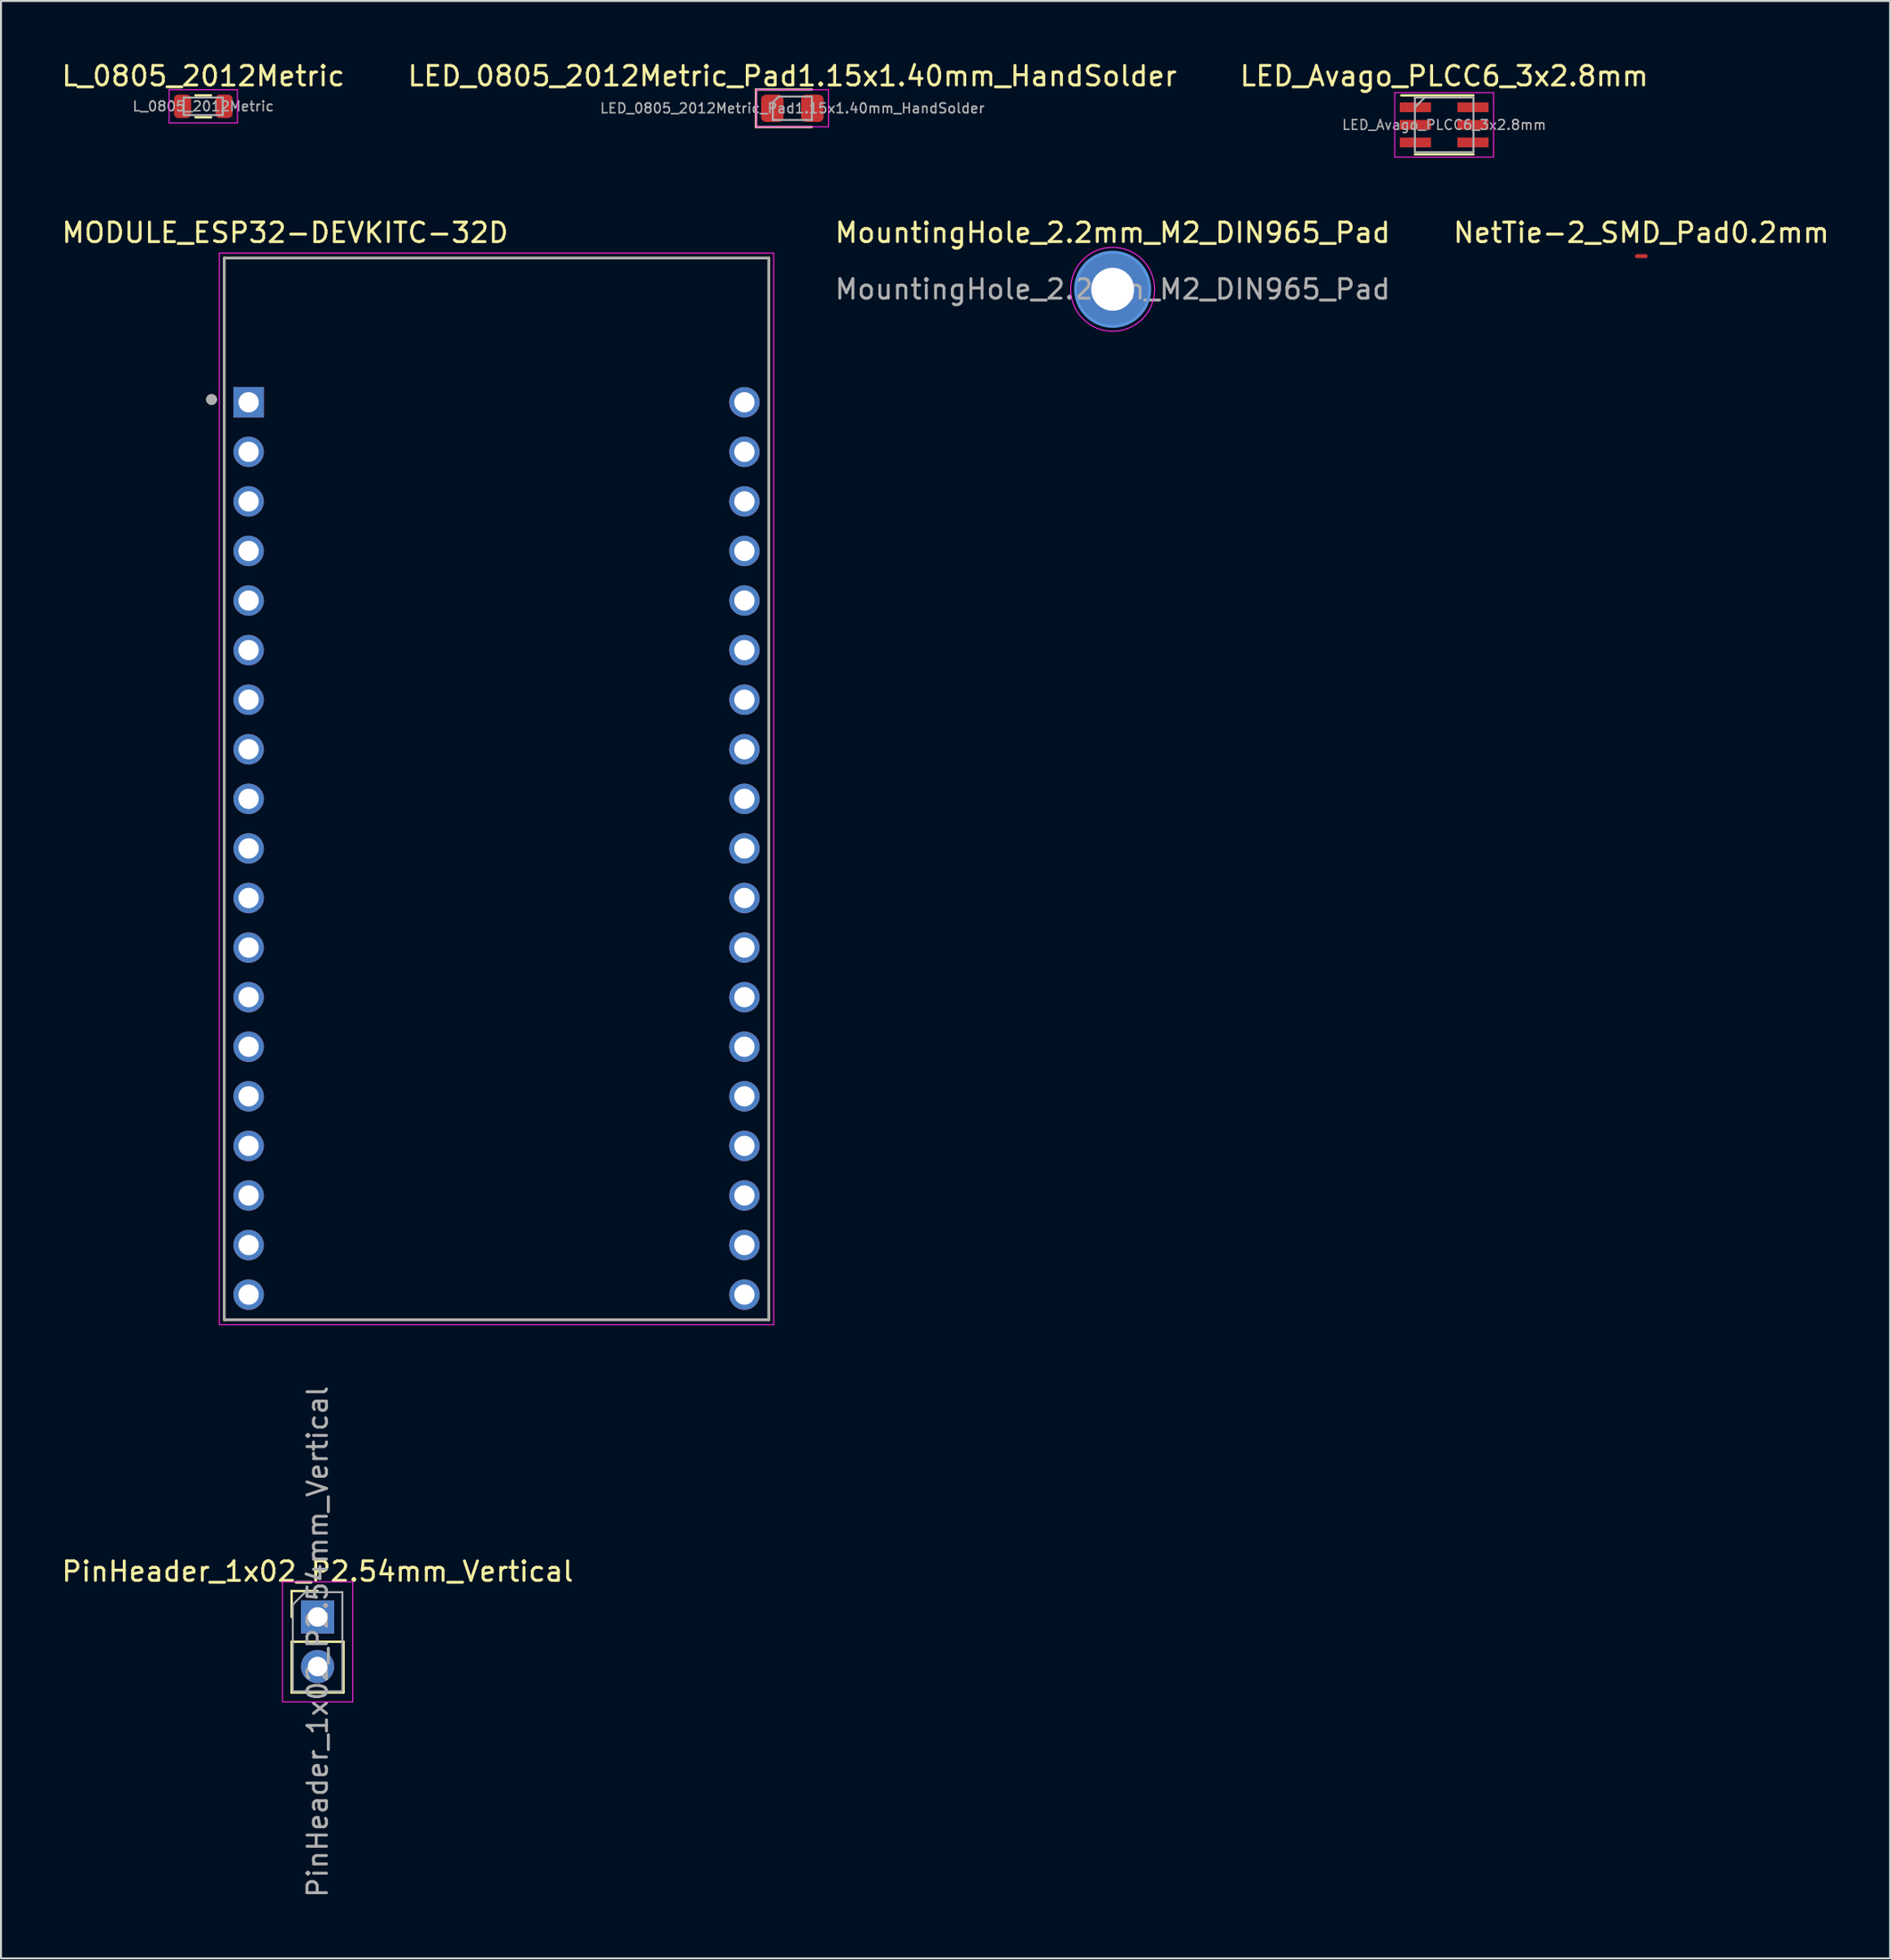
<source format=kicad_pcb>
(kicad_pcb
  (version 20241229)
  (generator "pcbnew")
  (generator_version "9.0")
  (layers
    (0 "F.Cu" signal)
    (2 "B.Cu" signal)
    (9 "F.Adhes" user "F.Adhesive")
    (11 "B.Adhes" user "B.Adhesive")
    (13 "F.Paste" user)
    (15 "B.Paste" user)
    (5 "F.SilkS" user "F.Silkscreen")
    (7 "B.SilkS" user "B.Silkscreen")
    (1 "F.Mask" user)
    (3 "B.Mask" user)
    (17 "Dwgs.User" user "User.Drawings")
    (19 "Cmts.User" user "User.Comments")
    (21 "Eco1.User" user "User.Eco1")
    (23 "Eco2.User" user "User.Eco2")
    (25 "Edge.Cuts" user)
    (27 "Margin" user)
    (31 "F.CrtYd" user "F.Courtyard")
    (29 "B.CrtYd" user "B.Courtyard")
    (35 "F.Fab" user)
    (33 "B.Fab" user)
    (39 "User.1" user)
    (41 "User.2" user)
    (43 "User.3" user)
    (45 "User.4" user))
  (footprint "PinHeader_1x02_P2.54mm_Vertical"
    (layer "F.Cu")
    (at 13.22 79.793)
    (property "Reference" "PinHeader_1x02_P2.54mm_Vertical" (at 0 -2.33 0) (layer "F.SilkS") (effects (font (size 1 1) (thickness 0.15))))
    (attr through_hole exclude_from_bom)
    (fp_line (start -1.33 -1.33) (end 0 -1.33) (stroke (width 0.12) (type solid)) (layer "F.SilkS"))
    (fp_line (start -1.33 0) (end -1.33 -1.33) (stroke (width 0.12) (type solid)) (layer "F.SilkS"))
    (fp_line (start -1.33 1.27) (end -1.33 3.87) (stroke (width 0.12) (type solid)) (layer "F.SilkS"))
    (fp_line (start -1.33 1.27) (end 1.33 1.27) (stroke (width 0.12) (type solid)) (layer "F.SilkS"))
    (fp_line (start -1.33 3.87) (end 1.33 3.87) (stroke (width 0.12) (type solid)) (layer "F.SilkS"))
    (fp_line (start 1.33 1.27) (end 1.33 3.87) (stroke (width 0.12) (type solid)) (layer "F.SilkS"))
    (fp_line (start -1.8 -1.8) (end -1.8 4.35) (stroke (width 0.05) (type solid)) (layer "F.CrtYd"))
    (fp_line (start -1.8 4.35) (end 1.8 4.35) (stroke (width 0.05) (type solid)) (layer "F.CrtYd"))
    (fp_line (start 1.8 -1.8) (end -1.8 -1.8) (stroke (width 0.05) (type solid)) (layer "F.CrtYd"))
    (fp_line (start 1.8 4.35) (end 1.8 -1.8) (stroke (width 0.05) (type solid)) (layer "F.CrtYd"))
    (fp_line (start -1.27 -0.635) (end -0.635 -1.27) (stroke (width 0.1) (type solid)) (layer "F.Fab"))
    (fp_line (start -1.27 3.81) (end -1.27 -0.635) (stroke (width 0.1) (type solid)) (layer "F.Fab"))
    (fp_line (start -0.635 -1.27) (end 1.27 -1.27) (stroke (width 0.1) (type solid)) (layer "F.Fab"))
    (fp_line (start 1.27 -1.27) (end 1.27 3.81) (stroke (width 0.1) (type solid)) (layer "F.Fab"))
    (fp_line (start 1.27 3.81) (end -1.27 3.81) (stroke (width 0.1) (type solid)) (layer "F.Fab"))
    (fp_text user "${REFERENCE}" (at 0 1.27 90) (layer "F.Fab") (effects (font (size 1 1) (thickness 0.15))))
    (pad "1" thru_hole rect (at 0 0) (size 1.7 1.7) (drill 1) (layers "*.Cu" "*.Mask"))
    (pad "2" thru_hole oval (at 0 2.54) (size 1.7 1.7) (drill 1) (layers "*.Cu" "*.Mask")))
  (footprint "LED_0805_2012Metric_Pad1.15x1.40mm_HandSolder"
    (layer "F.Cu")
    (at 37.542 2.498)
    (property "Reference" "LED_0805_2012Metric_Pad1.15x1.40mm_HandSolder" (at 0 -1.65 0) (layer "F.SilkS") (effects (font (size 1 1) (thickness 0.15))))
    (attr smd)
    (fp_line (start -1.86 -0.96) (end -1.86 0.96) (stroke (width 0.12) (type solid)) (layer "F.SilkS"))
    (fp_line (start -1.86 0.96) (end 1 0.96) (stroke (width 0.12) (type solid)) (layer "F.SilkS"))
    (fp_line (start 1 -0.96) (end -1.86 -0.96) (stroke (width 0.12) (type solid)) (layer "F.SilkS"))
    (fp_line (start -1.85 -0.95) (end 1.85 -0.95) (stroke (width 0.05) (type solid)) (layer "F.CrtYd"))
    (fp_line (start -1.85 0.95) (end -1.85 -0.95) (stroke (width 0.05) (type solid)) (layer "F.CrtYd"))
    (fp_line (start 1.85 -0.95) (end 1.85 0.95) (stroke (width 0.05) (type solid)) (layer "F.CrtYd"))
    (fp_line (start 1.85 0.95) (end -1.85 0.95) (stroke (width 0.05) (type solid)) (layer "F.CrtYd"))
    (fp_line (start -1 -0.3) (end -1 0.6) (stroke (width 0.1) (type solid)) (layer "F.Fab"))
    (fp_line (start -1 0.6) (end 1 0.6) (stroke (width 0.1) (type solid)) (layer "F.Fab"))
    (fp_line (start -0.7 -0.6) (end -1 -0.3) (stroke (width 0.1) (type solid)) (layer "F.Fab"))
    (fp_line (start 1 -0.6) (end -0.7 -0.6) (stroke (width 0.1) (type solid)) (layer "F.Fab"))
    (fp_line (start 1 0.6) (end 1 -0.6) (stroke (width 0.1) (type solid)) (layer "F.Fab"))
    (fp_text user "${REFERENCE}" (at 0 0 0) (layer "F.Fab") (effects (font (size 0.5 0.5) (thickness 0.08))))
    (pad "1" smd roundrect (at -1.025 0) (size 1.15 1.4) (layers "F.Cu" "F.Mask" "F.Paste") (roundrect_rratio 0.217))
    (pad "2" smd roundrect (at 1.025 0) (size 1.15 1.4) (layers "F.Cu" "F.Mask" "F.Paste") (roundrect_rratio 0.217)))
  (footprint "MODULE_ESP32-DEVKITC-32D"
    (layer "F.Cu")
    (at 22.387 37.318)
    (property "Reference" "MODULE_ESP32-DEVKITC-32D" (at -10.829 -28.446 0) (layer "F.SilkS") (effects (font (size 1 1) (thickness 0.15))))
    (attr through_hole)
    (fp_line (start -13.95 -27.15) (end 13.95 -27.15) (stroke (width 0.127) (type solid)) (layer "F.SilkS"))
    (fp_line (start -13.95 27.25) (end -13.95 -27.15) (stroke (width 0.127) (type solid)) (layer "F.SilkS"))
    (fp_line (start 13.95 -27.15) (end 13.95 27.25) (stroke (width 0.127) (type solid)) (layer "F.SilkS"))
    (fp_line (start 13.95 27.25) (end -13.95 27.25) (stroke (width 0.127) (type solid)) (layer "F.SilkS"))
    (fp_line (start -14.2 -27.4) (end 14.2 -27.4) (stroke (width 0.05) (type solid)) (layer "F.CrtYd"))
    (fp_line (start -14.2 27.5) (end -14.2 -27.4) (stroke (width 0.05) (type solid)) (layer "F.CrtYd"))
    (fp_line (start 14.2 -27.4) (end 14.2 27.5) (stroke (width 0.05) (type solid)) (layer "F.CrtYd"))
    (fp_line (start 14.2 27.5) (end -14.2 27.5) (stroke (width 0.05) (type solid)) (layer "F.CrtYd"))
    (fp_line (start -13.95 -27.15) (end 13.95 -27.15) (stroke (width 0.127) (type solid)) (layer "F.Fab"))
    (fp_line (start -13.95 27.25) (end -13.95 -27.15) (stroke (width 0.127) (type solid)) (layer "F.Fab"))
    (fp_line (start 13.95 -27.15) (end 13.95 27.25) (stroke (width 0.127) (type solid)) (layer "F.Fab"))
    (fp_line (start 13.95 27.25) (end -13.95 27.25) (stroke (width 0.127) (type solid)) (layer "F.Fab"))
    (fp_circle (center -14.6 -19.9) (end -14.46 -19.9) (stroke (width 0.28) (type solid)) (fill no) (layer "F.Fab"))
    (fp_circle (center -14.6 -19.9) (end -14.46 -19.9) (stroke (width 0.28) (type solid)) (fill no) (layer "F.Fab"))
    (pad "1" thru_hole rect (at -12.7 -19.76) (size 1.56 1.56) (drill 1.04) (layers "*.Cu" "*.Mask"))
    (pad "2" thru_hole circle (at -12.7 -17.22) (size 1.56 1.56) (drill 1.04) (layers "*.Cu" "*.Mask"))
    (pad "3" thru_hole circle (at -12.7 -14.68) (size 1.56 1.56) (drill 1.04) (layers "*.Cu" "*.Mask"))
    (pad "4" thru_hole circle (at -12.7 -12.14) (size 1.56 1.56) (drill 1.04) (layers "*.Cu" "*.Mask"))
    (pad "5" thru_hole circle (at -12.7 -9.6) (size 1.56 1.56) (drill 1.04) (layers "*.Cu" "*.Mask"))
    (pad "6" thru_hole circle (at -12.7 -7.06) (size 1.56 1.56) (drill 1.04) (layers "*.Cu" "*.Mask"))
    (pad "7" thru_hole circle (at -12.7 -4.52) (size 1.56 1.56) (drill 1.04) (layers "*.Cu" "*.Mask"))
    (pad "8" thru_hole circle (at -12.7 -1.98) (size 1.56 1.56) (drill 1.04) (layers "*.Cu" "*.Mask"))
    (pad "9" thru_hole circle (at -12.7 0.56) (size 1.56 1.56) (drill 1.04) (layers "*.Cu" "*.Mask"))
    (pad "10" thru_hole circle (at -12.7 3.1) (size 1.56 1.56) (drill 1.04) (layers "*.Cu" "*.Mask"))
    (pad "11" thru_hole circle (at -12.7 5.64) (size 1.56 1.56) (drill 1.04) (layers "*.Cu" "*.Mask"))
    (pad "12" thru_hole circle (at -12.7 8.18) (size 1.56 1.56) (drill 1.04) (layers "*.Cu" "*.Mask"))
    (pad "13" thru_hole circle (at -12.7 10.72) (size 1.56 1.56) (drill 1.04) (layers "*.Cu" "*.Mask"))
    (pad "14" thru_hole circle (at -12.7 13.26) (size 1.56 1.56) (drill 1.04) (layers "*.Cu" "*.Mask"))
    (pad "15" thru_hole circle (at -12.7 15.8) (size 1.56 1.56) (drill 1.04) (layers "*.Cu" "*.Mask"))
    (pad "16" thru_hole circle (at -12.7 18.34) (size 1.56 1.56) (drill 1.04) (layers "*.Cu" "*.Mask"))
    (pad "17" thru_hole circle (at -12.7 20.88) (size 1.56 1.56) (drill 1.04) (layers "*.Cu" "*.Mask"))
    (pad "18" thru_hole circle (at -12.7 23.42) (size 1.56 1.56) (drill 1.04) (layers "*.Cu" "*.Mask"))
    (pad "19" thru_hole circle (at -12.7 25.96) (size 1.56 1.56) (drill 1.04) (layers "*.Cu" "*.Mask"))
    (pad "20" thru_hole circle (at 12.7 -19.76) (size 1.56 1.56) (drill 1.04) (layers "*.Cu" "*.Mask"))
    (pad "21" thru_hole circle (at 12.7 -17.22) (size 1.56 1.56) (drill 1.04) (layers "*.Cu" "*.Mask"))
    (pad "22" thru_hole circle (at 12.7 -14.68) (size 1.56 1.56) (drill 1.04) (layers "*.Cu" "*.Mask"))
    (pad "23" thru_hole circle (at 12.7 -12.14) (size 1.56 1.56) (drill 1.04) (layers "*.Cu" "*.Mask"))
    (pad "24" thru_hole circle (at 12.7 -9.6) (size 1.56 1.56) (drill 1.04) (layers "*.Cu" "*.Mask"))
    (pad "25" thru_hole circle (at 12.7 -7.06) (size 1.56 1.56) (drill 1.04) (layers "*.Cu" "*.Mask"))
    (pad "26" thru_hole circle (at 12.7 -4.52) (size 1.56 1.56) (drill 1.04) (layers "*.Cu" "*.Mask"))
    (pad "27" thru_hole circle (at 12.7 -1.98) (size 1.56 1.56) (drill 1.04) (layers "*.Cu" "*.Mask"))
    (pad "28" thru_hole circle (at 12.7 0.56) (size 1.56 1.56) (drill 1.04) (layers "*.Cu" "*.Mask"))
    (pad "29" thru_hole circle (at 12.7 3.1) (size 1.56 1.56) (drill 1.04) (layers "*.Cu" "*.Mask"))
    (pad "30" thru_hole circle (at 12.7 5.64) (size 1.56 1.56) (drill 1.04) (layers "*.Cu" "*.Mask"))
    (pad "31" thru_hole circle (at 12.7 8.18) (size 1.56 1.56) (drill 1.04) (layers "*.Cu" "*.Mask"))
    (pad "32" thru_hole circle (at 12.7 10.72) (size 1.56 1.56) (drill 1.04) (layers "*.Cu" "*.Mask"))
    (pad "33" thru_hole circle (at 12.7 13.26) (size 1.56 1.56) (drill 1.04) (layers "*.Cu" "*.Mask"))
    (pad "34" thru_hole circle (at 12.7 15.8) (size 1.56 1.56) (drill 1.04) (layers "*.Cu" "*.Mask"))
    (pad "35" thru_hole circle (at 12.7 18.34) (size 1.56 1.56) (drill 1.04) (layers "*.Cu" "*.Mask"))
    (pad "36" thru_hole circle (at 12.7 20.88) (size 1.56 1.56) (drill 1.04) (layers "*.Cu" "*.Mask"))
    (pad "37" thru_hole circle (at 12.7 23.42) (size 1.56 1.56) (drill 1.04) (layers "*.Cu" "*.Mask"))
    (pad "38" thru_hole circle (at 12.7 25.96) (size 1.56 1.56) (drill 1.04) (layers "*.Cu" "*.Mask")))
  (footprint "LED_Avago_PLCC6_3x2.8mm"
    (layer "F.Cu")
    (at 70.935 3.348)
    (property "Reference" "LED_Avago_PLCC6_3x2.8mm" (at 0 -2.5 0) (layer "F.SilkS") (effects (font (size 1 1) (thickness 0.15))))
    (attr smd)
    (fp_line (start -2.2 -1.51) (end 1.5 -1.51) (stroke (width 0.12) (type solid)) (layer "F.SilkS"))
    (fp_line (start -1.5 1.51) (end 1.5 1.51) (stroke (width 0.12) (type solid)) (layer "F.SilkS"))
    (fp_line (start -2.53 -1.65) (end -2.53 1.65) (stroke (width 0.05) (type solid)) (layer "F.CrtYd"))
    (fp_line (start -2.53 -1.65) (end 2.53 -1.65) (stroke (width 0.05) (type solid)) (layer "F.CrtYd"))
    (fp_line (start -2.53 1.65) (end 2.53 1.65) (stroke (width 0.05) (type solid)) (layer "F.CrtYd"))
    (fp_line (start 2.53 -1.65) (end 2.53 1.65) (stroke (width 0.05) (type solid)) (layer "F.CrtYd"))
    (fp_line (start -1.5 -1.4) (end -1.5 1.4) (stroke (width 0.1) (type solid)) (layer "F.Fab"))
    (fp_line (start -1.5 -1.4) (end 1.5 -1.4) (stroke (width 0.1) (type solid)) (layer "F.Fab"))
    (fp_line (start -1.5 -0.9) (end -1 -1.4) (stroke (width 0.1) (type solid)) (layer "F.Fab"))
    (fp_line (start -1.5 1.4) (end 1.5 1.4) (stroke (width 0.1) (type solid)) (layer "F.Fab"))
    (fp_line (start 1.5 -1.4) (end 1.5 1.4) (stroke (width 0.1) (type solid)) (layer "F.Fab"))
    (fp_text user "${REFERENCE}" (at 0 0 0) (layer "F.Fab") (effects (font (size 0.5 0.5) (thickness 0.075))))
    (pad "1" smd rect (at -1.475 -0.9) (size 1.6 0.5) (layers "F.Cu" "F.Mask" "F.Paste"))
    (pad "2" smd rect (at -1.475 0) (size 1.6 0.5) (layers "F.Cu" "F.Mask" "F.Paste"))
    (pad "3" smd rect (at -1.475 0.9) (size 1.6 0.5) (layers "F.Cu" "F.Mask" "F.Paste"))
    (pad "4" smd rect (at 1.475 0.9) (size 1.6 0.5) (layers "F.Cu" "F.Mask" "F.Paste"))
    (pad "5" smd rect (at 1.475 0) (size 1.6 0.5) (layers "F.Cu" "F.Mask" "F.Paste"))
    (pad "6" smd rect (at 1.475 -0.9) (size 1.6 0.5) (layers "F.Cu" "F.Mask" "F.Paste")))
  (footprint "NetTie-2_SMD_Pad0.2mm"
    (layer "F.Cu")
    (at 81.035 10.072)
    (property "Reference" "NetTie-2_SMD_Pad0.2mm" (at 0 -1.2 0) (layer "F.SilkS") (effects (font (size 1 1) (thickness 0.15))))
    (attr exclude_from_pos_files exclude_from_bom allow_missing_courtyard)
    (fp_poly (pts (xy -0.225 -0.1) (xy 0.225 -0.1) (xy 0.225 0.1) (xy -0.225 0.1)) (stroke (width 0) (type solid)) (fill yes) (layer "F.Cu"))
    (pad "1" smd circle (at -0.225 0) (size 0.2 0.2) (layers "F.Cu"))
    (pad "2" smd circle (at 0.225 0) (size 0.2 0.2) (layers "F.Cu")))
  (footprint "L_0805_2012Metric"
    (layer "F.Cu")
    (at 7.363 2.398)
    (property "Reference" "L_0805_2012Metric" (at 0 -1.55 0) (layer "F.SilkS") (effects (font (size 1 1) (thickness 0.15))))
    (attr smd)
    (fp_line (start -0.4 -0.56) (end 0.4 -0.56) (stroke (width 0.12) (type solid)) (layer "F.SilkS"))
    (fp_line (start -0.4 0.56) (end 0.4 0.56) (stroke (width 0.12) (type solid)) (layer "F.SilkS"))
    (fp_line (start -1.75 -0.85) (end 1.75 -0.85) (stroke (width 0.05) (type solid)) (layer "F.CrtYd"))
    (fp_line (start -1.75 0.85) (end -1.75 -0.85) (stroke (width 0.05) (type solid)) (layer "F.CrtYd"))
    (fp_line (start 1.75 -0.85) (end 1.75 0.85) (stroke (width 0.05) (type solid)) (layer "F.CrtYd"))
    (fp_line (start 1.75 0.85) (end -1.75 0.85) (stroke (width 0.05) (type solid)) (layer "F.CrtYd"))
    (fp_line (start -1 -0.45) (end 1 -0.45) (stroke (width 0.1) (type solid)) (layer "F.Fab"))
    (fp_line (start -1 0.45) (end -1 -0.45) (stroke (width 0.1) (type solid)) (layer "F.Fab"))
    (fp_line (start 1 -0.45) (end 1 0.45) (stroke (width 0.1) (type solid)) (layer "F.Fab"))
    (fp_line (start 1 0.45) (end -1 0.45) (stroke (width 0.1) (type solid)) (layer "F.Fab"))
    (fp_text user "${REFERENCE}" (at 0 0 0) (layer "F.Fab") (effects (font (size 0.5 0.5) (thickness 0.08))))
    (pad "1" smd roundrect (at -1.062 0) (size 0.875 1.2) (layers "F.Cu" "F.Mask" "F.Paste") (roundrect_rratio 0.25))
    (pad "2" smd roundrect (at 1.062 0) (size 0.875 1.2) (layers "F.Cu" "F.Mask" "F.Paste") (roundrect_rratio 0.25)))
  (footprint "MountingHole_2.2mm_M2_DIN965_Pad"
    (layer "F.Cu")
    (at 53.951 11.771)
    (property "Reference" "MountingHole_2.2mm_M2_DIN965_Pad" (at 0 -2.9 0) (layer "F.SilkS") (effects (font (size 1 1) (thickness 0.15))))
    (attr exclude_from_pos_files)
    (fp_circle (center 0 0) (end 1.9 0) (stroke (width 0.15) (type solid)) (fill no) (layer "Cmts.User"))
    (fp_circle (center 0 0) (end 2.15 0) (stroke (width 0.05) (type solid)) (fill no) (layer "F.CrtYd"))
    (fp_text user "${REFERENCE}" (at 0 0 0) (layer "F.Fab") (effects (font (size 1 1) (thickness 0.15))))
    (pad "1" thru_hole circle (at 0 0) (size 3.8 3.8) (drill 2.2) (layers "*.Cu" "*.Mask")))
  (gr_rect
    (start -3 -3)
    (end 93.779 97.283)
    (stroke (width 0.1) (type default))
    (fill no)
    (layer "Edge.Cuts")))
</source>
